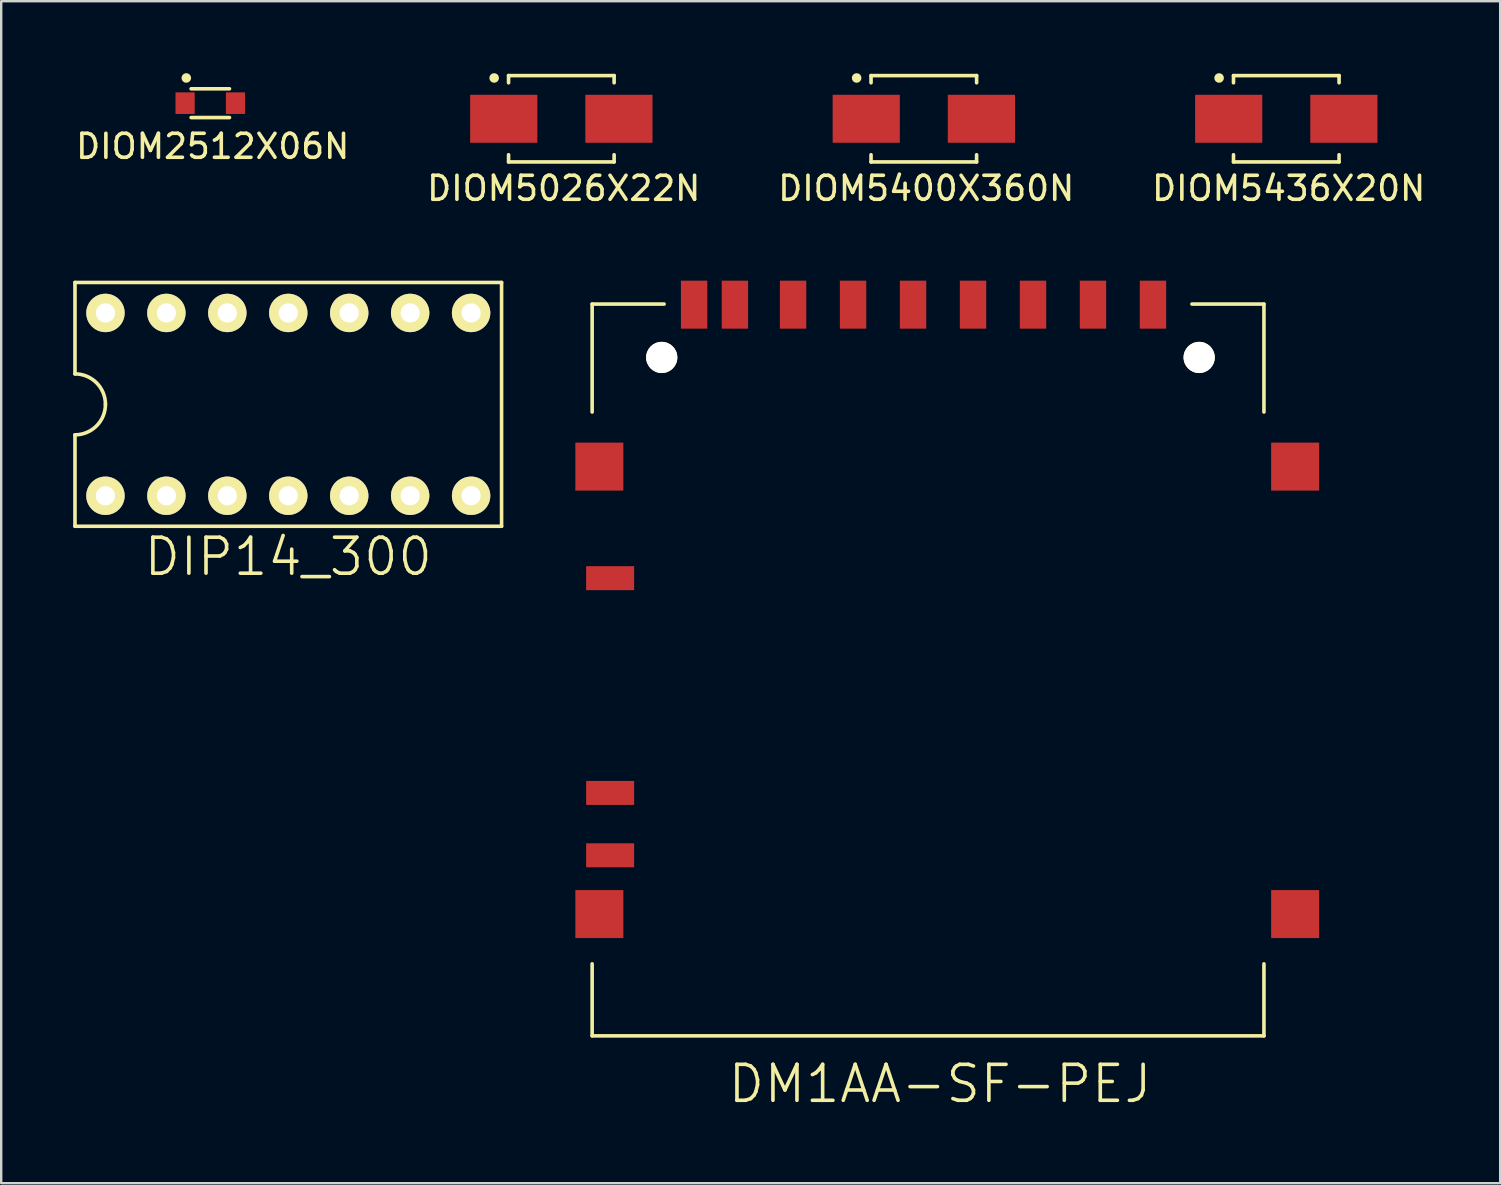
<source format=kicad_pcb>
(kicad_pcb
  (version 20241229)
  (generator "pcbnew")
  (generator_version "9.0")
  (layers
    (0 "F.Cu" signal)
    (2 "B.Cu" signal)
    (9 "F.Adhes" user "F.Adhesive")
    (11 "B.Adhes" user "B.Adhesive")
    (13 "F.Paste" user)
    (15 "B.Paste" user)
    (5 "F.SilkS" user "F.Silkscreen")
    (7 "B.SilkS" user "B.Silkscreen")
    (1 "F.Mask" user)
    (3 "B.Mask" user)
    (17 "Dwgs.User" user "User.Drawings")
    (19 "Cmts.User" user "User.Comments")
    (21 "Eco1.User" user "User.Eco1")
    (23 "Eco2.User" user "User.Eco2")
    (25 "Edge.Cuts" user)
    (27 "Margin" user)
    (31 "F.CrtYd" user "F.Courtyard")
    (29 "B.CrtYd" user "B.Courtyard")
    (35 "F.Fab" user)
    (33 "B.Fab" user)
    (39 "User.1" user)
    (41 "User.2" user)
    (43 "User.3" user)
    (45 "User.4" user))
  (footprint "DIOM5400X360N"
    (layer "F.Cu")
    (at 35.454 1.9)
    (property "Reference" "DIOM5400X360N" (at 0.1 2.9 0) (layer "F.SilkS") (effects (font (size 1 1) (thickness 0.15))))
    (attr through_hole)
    (fp_line (start -2.2 -1.8) (end -2.2 -1.5) (stroke (width 0.15) (type solid)) (layer "F.SilkS"))
    (fp_line (start -2.2 -1.8) (end 2.2 -1.8) (stroke (width 0.15) (type solid)) (layer "F.SilkS"))
    (fp_line (start -2.2 1.8) (end -2.2 1.5) (stroke (width 0.15) (type solid)) (layer "F.SilkS"))
    (fp_line (start 2.2 -1.8) (end 2.2 -1.5) (stroke (width 0.15) (type solid)) (layer "F.SilkS"))
    (fp_line (start 2.2 1.8) (end -2.2 1.8) (stroke (width 0.15) (type solid)) (layer "F.SilkS"))
    (fp_line (start 2.2 1.8) (end 2.2 1.5) (stroke (width 0.15) (type solid)) (layer "F.SilkS"))
    (fp_circle (center -2.8 -1.7) (end -2.8 -1.6) (stroke (width 0.2) (type solid)) (fill no) (layer "F.SilkS"))
    (pad "1" smd rect (at 2.4 0) (size 2.8 2) (layers "F.Cu" "F.Mask" "F.Paste"))
    (pad "2" smd rect (at -2.4 0) (size 2.8 2) (layers "F.Cu" "F.Mask" "F.Paste")))
  (footprint "DIOM5436X20N"
    (layer "F.Cu")
    (at 50.561 1.9)
    (property "Reference" "DIOM5436X20N" (at 0.1 2.9 0) (layer "F.SilkS") (effects (font (size 1 1) (thickness 0.15))))
    (attr through_hole)
    (fp_line (start -2.2 -1.8) (end -2.2 -1.5) (stroke (width 0.15) (type solid)) (layer "F.SilkS"))
    (fp_line (start -2.2 -1.8) (end 2.2 -1.8) (stroke (width 0.15) (type solid)) (layer "F.SilkS"))
    (fp_line (start -2.2 1.8) (end -2.2 1.5) (stroke (width 0.15) (type solid)) (layer "F.SilkS"))
    (fp_line (start 2.2 -1.8) (end 2.2 -1.5) (stroke (width 0.15) (type solid)) (layer "F.SilkS"))
    (fp_line (start 2.2 1.8) (end -2.2 1.8) (stroke (width 0.15) (type solid)) (layer "F.SilkS"))
    (fp_line (start 2.2 1.8) (end 2.2 1.5) (stroke (width 0.15) (type solid)) (layer "F.SilkS"))
    (fp_circle (center -2.8 -1.7) (end -2.8 -1.6) (stroke (width 0.2) (type solid)) (fill no) (layer "F.SilkS"))
    (pad "1" smd rect (at 2.4 0) (size 2.8 2) (layers "F.Cu" "F.Mask" "F.Paste"))
    (pad "2" smd rect (at -2.4 0) (size 2.8 2) (layers "F.Cu" "F.Mask" "F.Paste")))
  (footprint "DIOM5026X22N"
    (layer "F.Cu")
    (at 20.346 1.9)
    (property "Reference" "DIOM5026X22N" (at 0.1 2.9 0) (layer "F.SilkS") (effects (font (size 1 1) (thickness 0.15))))
    (attr through_hole)
    (fp_line (start -2.2 -1.8) (end -2.2 -1.5) (stroke (width 0.15) (type solid)) (layer "F.SilkS"))
    (fp_line (start -2.2 -1.8) (end 2.2 -1.8) (stroke (width 0.15) (type solid)) (layer "F.SilkS"))
    (fp_line (start -2.2 1.8) (end -2.2 1.5) (stroke (width 0.15) (type solid)) (layer "F.SilkS"))
    (fp_line (start 2.2 -1.8) (end 2.2 -1.5) (stroke (width 0.15) (type solid)) (layer "F.SilkS"))
    (fp_line (start 2.2 1.8) (end -2.2 1.8) (stroke (width 0.15) (type solid)) (layer "F.SilkS"))
    (fp_line (start 2.2 1.8) (end 2.2 1.5) (stroke (width 0.15) (type solid)) (layer "F.SilkS"))
    (fp_circle (center -2.8 -1.7) (end -2.8 -1.6) (stroke (width 0.2) (type solid)) (fill no) (layer "F.SilkS"))
    (pad "1" smd rect (at 2.4 0) (size 2.8 2) (layers "F.Cu" "F.Mask" "F.Paste"))
    (pad "2" smd rect (at -2.4 0) (size 2.8 2) (layers "F.Cu" "F.Mask" "F.Paste")))
  (footprint "DIOM2512X06N"
    (layer "F.Cu")
    (at 5.715 1.25)
    (property "Reference" "DIOM2512X06N" (at 0.1 1.8 0) (layer "F.SilkS") (effects (font (size 1 1) (thickness 0.15))))
    (attr through_hole)
    (fp_line (start -0.8 -0.6) (end 0.8 -0.6) (stroke (width 0.15) (type solid)) (layer "F.SilkS"))
    (fp_line (start -0.8 0.6) (end 0.8 0.6) (stroke (width 0.15) (type solid)) (layer "F.SilkS"))
    (fp_circle (center -1 -1.05) (end -1 -0.95) (stroke (width 0.2) (type solid)) (fill no) (layer "F.SilkS"))
    (pad "1" smd rect (at 1.05 0) (size 0.8 0.9) (layers "F.Cu" "F.Mask" "F.Paste"))
    (pad "2" smd rect (at -1.05 0) (size 0.8 0.9) (layers "F.Cu" "F.Mask" "F.Paste")))
  (footprint "DM1AA-SF-PEJ"
    (layer "F.Cu")
    (at 35.63 24.873)
    (property "Reference" "DM1AA-SF-PEJ" (at 0.5 17.25 0) (layer "F.SilkS") (effects (font (size 1.5 1.5) (thickness 0.15))))
    (attr through_hole)
    (fp_line (start -14 -15.25) (end -11 -15.25) (stroke (width 0.15) (type solid)) (layer "F.SilkS"))
    (fp_line (start -14 -10.75) (end -14 -15.25) (stroke (width 0.15) (type solid)) (layer "F.SilkS"))
    (fp_line (start -14 15.25) (end -14 12.25) (stroke (width 0.15) (type solid)) (layer "F.SilkS"))
    (fp_line (start -14 15.25) (end 14 15.25) (stroke (width 0.15) (type solid)) (layer "F.SilkS"))
    (fp_line (start 14 -15.25) (end 11 -15.25) (stroke (width 0.15) (type solid)) (layer "F.SilkS"))
    (fp_line (start 14 -10.75) (end 14 -15.25) (stroke (width 0.15) (type solid)) (layer "F.SilkS"))
    (fp_line (start 14 15.25) (end 14 12.25) (stroke (width 0.15) (type solid)) (layer "F.SilkS"))
    (pad "" smd rect (at -13.7 -8.475) (size 2 2) (layers "F.Cu" "F.Mask" "F.Paste"))
    (pad "" smd rect (at -13.7 10.175) (size 2 2) (layers "F.Cu" "F.Mask" "F.Paste"))
    (pad "" np_thru_hole circle (at -11.1 -13.025) (size 1.3 1.3) (drill 1.3) (layers "*.Cu" "*.Mask" "F.SilkS"))
    (pad "" np_thru_hole circle (at 11.3 -13.025) (size 1.3 1.3) (drill 1.3) (layers "*.Cu" "*.Mask" "F.SilkS"))
    (pad "" smd rect (at 15.3 -8.475) (size 2 2) (layers "F.Cu" "F.Mask" "F.Paste"))
    (pad "" smd rect (at 15.3 10.175) (size 2 2) (layers "F.Cu" "F.Mask" "F.Paste"))
    (pad "1" smd rect (at 6.875 -15.225) (size 1.1 2) (layers "F.Cu" "F.Mask" "F.Paste"))
    (pad "2" smd rect (at 4.375 -15.225) (size 1.1 2) (layers "F.Cu" "F.Mask" "F.Paste"))
    (pad "3" smd rect (at 1.875 -15.225) (size 1.1 2) (layers "F.Cu" "F.Mask" "F.Paste"))
    (pad "4" smd rect (at -0.625 -15.225) (size 1.1 2) (layers "F.Cu" "F.Mask" "F.Paste"))
    (pad "5" smd rect (at -3.125 -15.225) (size 1.1 2) (layers "F.Cu" "F.Mask" "F.Paste"))
    (pad "6" smd rect (at -5.625 -15.225) (size 1.1 2) (layers "F.Cu" "F.Mask" "F.Paste"))
    (pad "7" smd rect (at -8.05 -15.225) (size 1.1 2) (layers "F.Cu" "F.Mask" "F.Paste"))
    (pad "8" smd rect (at -9.75 -15.225) (size 1.1 2) (layers "F.Cu" "F.Mask" "F.Paste"))
    (pad "9" smd rect (at 9.375 -15.225) (size 1.1 2) (layers "F.Cu" "F.Mask" "F.Paste"))
    (pad "10" smd rect (at -13.25 -3.825) (size 2 1) (layers "F.Cu" "F.Mask" "F.Paste"))
    (pad "11" smd rect (at -13.25 7.725) (size 2 1) (layers "F.Cu" "F.Mask" "F.Paste"))
    (pad "12" smd rect (at -13.25 5.125) (size 2 1) (layers "F.Cu" "F.Mask" "F.Paste")))
  (footprint "DIP14_300"
    (layer "F.Cu")
    (at 8.965 13.803)
    (property "Reference" "DIP14_300" (at 0 6.35 0) (layer "F.SilkS") (effects (font (size 1.5 1.5) (thickness 0.15))))
    (attr through_hole)
    (fp_line (start -8.89 -5.08) (end -8.89 -1.27) (stroke (width 0.15) (type solid)) (layer "F.SilkS"))
    (fp_line (start -8.89 5.08) (end -8.89 1.27) (stroke (width 0.15) (type solid)) (layer "F.SilkS"))
    (fp_line (start -8.89 5.08) (end 8.89 5.08) (stroke (width 0.15) (type solid)) (layer "F.SilkS"))
    (fp_line (start 8.89 -5.08) (end -8.89 -5.08) (stroke (width 0.15) (type solid)) (layer "F.SilkS"))
    (fp_line (start 8.89 5.08) (end 8.89 -5.08) (stroke (width 0.15) (type solid)) (layer "F.SilkS"))
    (fp_arc (start -8.89 -1.27) (mid -7.991974 -0.898026) (end -7.62 0) (stroke (width 0.15) (type solid)) (layer "F.SilkS"))
    (fp_arc (start -7.62 0) (mid -7.991974 0.898026) (end -8.89 1.27) (stroke (width 0.15) (type solid)) (layer "F.SilkS"))
    (pad "1" thru_hole circle (at -7.62 3.81) (size 1.6 1.6) (drill 0.8) (layers "*.Cu" "*.Mask" "F.SilkS"))
    (pad "2" thru_hole circle (at -5.08 3.81) (size 1.6 1.6) (drill 0.8) (layers "*.Cu" "*.Mask" "F.SilkS"))
    (pad "3" thru_hole circle (at -2.54 3.81) (size 1.6 1.6) (drill 0.8) (layers "*.Cu" "*.Mask" "F.SilkS"))
    (pad "4" thru_hole circle (at 0 3.81) (size 1.6 1.6) (drill 0.8) (layers "*.Cu" "*.Mask" "F.SilkS"))
    (pad "5" thru_hole circle (at 2.54 3.81) (size 1.6 1.6) (drill 0.8) (layers "*.Cu" "*.Mask" "F.SilkS"))
    (pad "6" thru_hole circle (at 5.08 3.81) (size 1.6 1.6) (drill 0.8) (layers "*.Cu" "*.Mask" "F.SilkS"))
    (pad "7" thru_hole circle (at 7.62 3.81) (size 1.6 1.6) (drill 0.8) (layers "*.Cu" "*.Mask" "F.SilkS"))
    (pad "8" thru_hole circle (at 7.62 -3.81) (size 1.6 1.6) (drill 0.8) (layers "*.Cu" "*.Mask" "F.SilkS"))
    (pad "9" thru_hole circle (at 5.08 -3.81) (size 1.6 1.6) (drill 0.8) (layers "*.Cu" "*.Mask" "F.SilkS"))
    (pad "10" thru_hole circle (at 2.54 -3.81) (size 1.6 1.6) (drill 0.8) (layers "*.Cu" "*.Mask" "F.SilkS"))
    (pad "11" thru_hole circle (at 0 -3.81) (size 1.6 1.6) (drill 0.8) (layers "*.Cu" "*.Mask" "F.SilkS"))
    (pad "12" thru_hole circle (at -2.54 -3.81) (size 1.6 1.6) (drill 0.8) (layers "*.Cu" "*.Mask" "F.SilkS"))
    (pad "13" thru_hole circle (at -5.08 -3.81) (size 1.6 1.6) (drill 0.8) (layers "*.Cu" "*.Mask" "F.SilkS"))
    (pad "14" thru_hole circle (at -7.62 -3.81) (size 1.6 1.6) (drill 0.8) (layers "*.Cu" "*.Mask" "F.SilkS")))
  (gr_rect
    (start -3 -3)
    (end 59.476 46.264)
    (stroke (width 0.1) (type default))
    (fill no)
    (layer "Edge.Cuts")))
</source>
